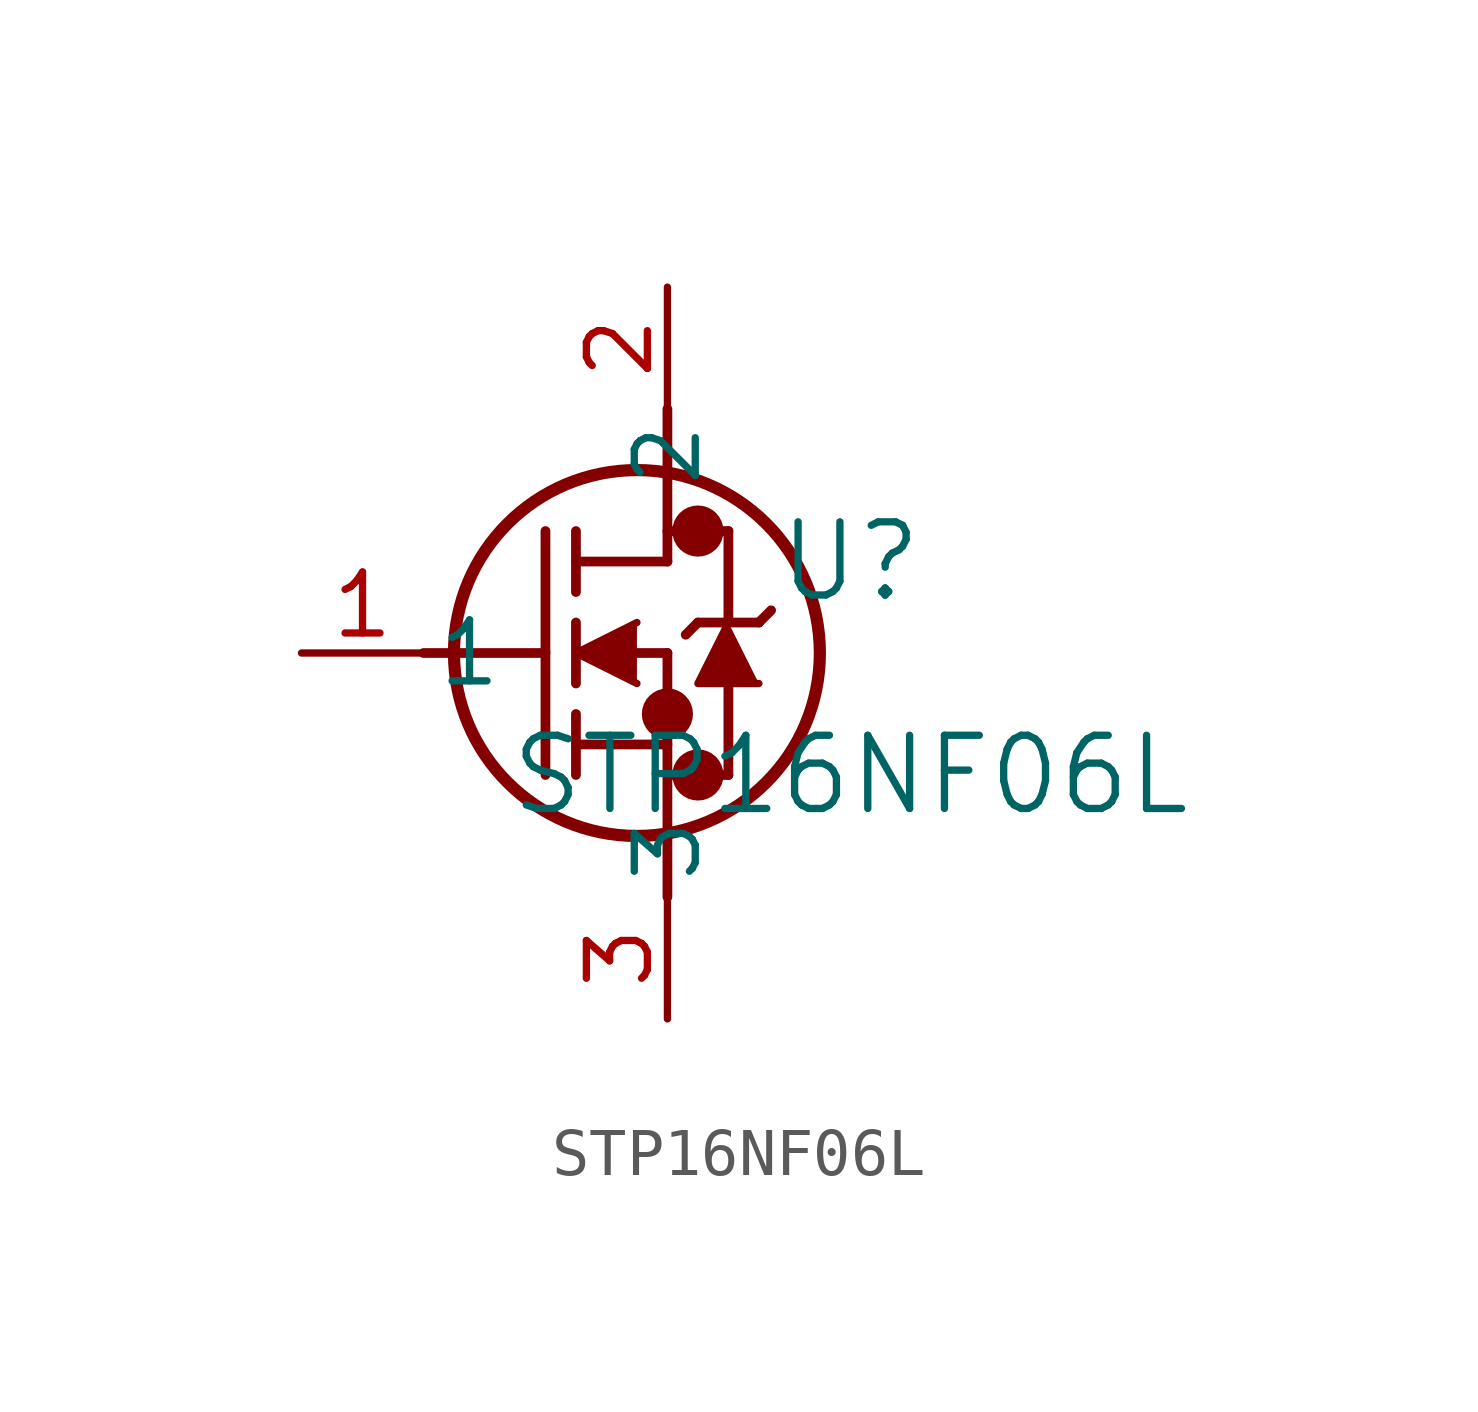
<source format=kicad_sym>
(kicad_symbol_lib
  (version 20211014)
  (generator kicad_symbol_editor)
  (symbol "STP16NF06L"
    (pin_names
      (offset 0.254))
    (property "Reference" "U"
      (at 11.43 1.905 0)
      (effects (font (size 1.524 1.524))))
    (property "Value" "STP16NF06L"
      (at 11.43 -2.54 0)
      (effects (font (size 1.524 1.524))))
    (circle
      (center 8.255 2.54)
      (radius 0.025)
      (stroke (width 0.508) (type default) (color 0 0 0 0))
      (fill (type none)))
    (circle
      (center 8.255 -2.54)
      (radius 0.025)
      (stroke (width 0.508) (type default) (color 0 0 0 0))
      (fill (type none)))
    (circle
      (center 7.62 -1.27)
      (radius 0.025)
      (stroke (width 0.508) (type default) (color 0 0 0 0))
      (fill (type none)))
    (circle
      (center 6.985 0)
      (radius 3.81)
      (stroke (width 0.254) (type default) (color 0 0 0 0))
      (fill (type none)))
    (polyline
      (pts (xy 2.54 0) (xy 5.08 0))
      (stroke (width 0.203) (type default) (color 0 0 0 0))
      (fill (type none)))
    (polyline
      (pts (xy 5.08 -2.54) (xy 5.08 2.54))
      (stroke (width 0.203) (type default) (color 0 0 0 0))
      (fill (type none)))
    (polyline
      (pts (xy 5.715 -0.635) (xy 5.715 0.635))
      (stroke (width 0.203) (type default) (color 0 0 0 0))
      (fill (type none)))
    (polyline
      (pts (xy 5.715 -2.54) (xy 5.715 -1.27))
      (stroke (width 0.203) (type default) (color 0 0 0 0))
      (fill (type none)))
    (polyline
      (pts (xy 5.715 1.27) (xy 5.715 2.54))
      (stroke (width 0.203) (type default) (color 0 0 0 0))
      (fill (type none)))
    (polyline
      (pts (xy 6.985 0) (xy 7.62 0))
      (stroke (width 0.203) (type default) (color 0 0 0 0))
      (fill (type none)))
    (polyline
      (pts (xy 5.715 -1.905) (xy 7.62 -1.905))
      (stroke (width 0.203) (type default) (color 0 0 0 0))
      (fill (type none)))
    (polyline
      (pts (xy 7.62 -5.08) (xy 7.62 0))
      (stroke (width 0.203) (type default) (color 0 0 0 0))
      (fill (type none)))
    (polyline
      (pts (xy 7.62 -2.54) (xy 8.89 -2.54))
      (stroke (width 0.203) (type default) (color 0 0 0 0))
      (fill (type none)))
    (polyline
      (pts (xy 5.715 1.905) (xy 7.62 1.905))
      (stroke (width 0.203) (type default) (color 0 0 0 0))
      (fill (type none)))
    (polyline
      (pts (xy 8.89 0.635) (xy 8.89 2.54))
      (stroke (width 0.203) (type default) (color 0 0 0 0))
      (fill (type none)))
    (polyline
      (pts (xy 8.89 -2.54) (xy 8.89 -0.635))
      (stroke (width 0.203) (type default) (color 0 0 0 0))
      (fill (type none)))
    (polyline
      (pts (xy 9.779 0.889) (xy 9.525 0.635))
      (stroke (width 0.203) (type default) (color 0 0 0 0))
      (fill (type none)))
    (polyline
      (pts (xy 9.525 0.635) (xy 8.255 0.635))
      (stroke (width 0.203) (type default) (color 0 0 0 0))
      (fill (type none)))
    (polyline
      (pts (xy 8.255 0.635) (xy 8.001 0.381))
      (stroke (width 0.203) (type default) (color 0 0 0 0))
      (fill (type none)))
    (polyline
      (pts (xy 7.62 2.54) (xy 8.89 2.54))
      (stroke (width 0.203) (type default) (color 0 0 0 0))
      (fill (type none)))
    (polyline
      (pts (xy 7.62 1.905) (xy 7.62 5.08))
      (stroke (width 0.203) (type default) (color 0 0 0 0))
      (fill (type none)))
    (polyline
      (pts (xy 6.985 0.635) (xy 5.715 0) (xy 6.985 -0.635))
      (stroke (width 0) (type default) (color 0 0 0 0))
      (fill (type outline)))
    (polyline
      (pts (xy 9.525 -0.635) (xy 8.255 -0.635) (xy 8.89 0.635))
      (stroke (width 0) (type default) (color 0 0 0 0))
      (fill (type outline)))
    (pin unspecified line
      (at 0 0 0)
      (length 2.54)
      (name "1" (effects (font (size 1.27 1.27))))
      (number "1" (effects (font (size 1.27 1.27)))))
    (pin unspecified line
      (at 7.62 7.62 270)
      (length 2.54)
      (name "2" (effects (font (size 1.27 1.27))))
      (number "2" (effects (font (size 1.27 1.27)))))
    (pin unspecified line
      (at 7.62 -7.62 90)
      (length 2.54)
      (name "3" (effects (font (size 1.27 1.27))))
      (number "3" (effects (font (size 1.27 1.27)))))))
</source>
